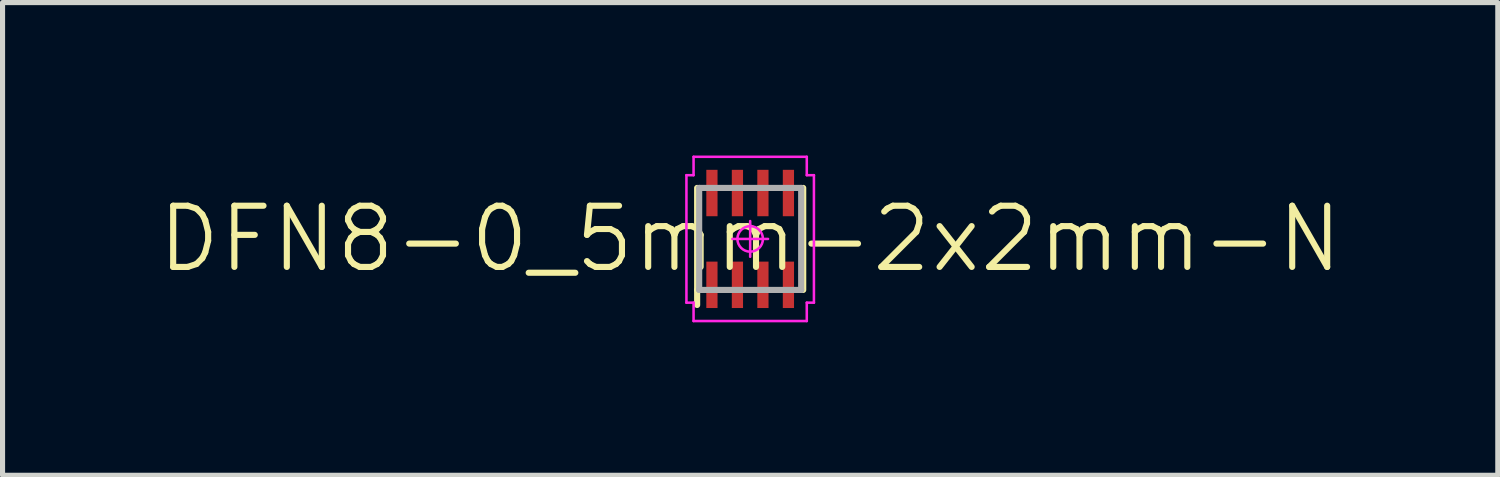
<source format=kicad_pcb>
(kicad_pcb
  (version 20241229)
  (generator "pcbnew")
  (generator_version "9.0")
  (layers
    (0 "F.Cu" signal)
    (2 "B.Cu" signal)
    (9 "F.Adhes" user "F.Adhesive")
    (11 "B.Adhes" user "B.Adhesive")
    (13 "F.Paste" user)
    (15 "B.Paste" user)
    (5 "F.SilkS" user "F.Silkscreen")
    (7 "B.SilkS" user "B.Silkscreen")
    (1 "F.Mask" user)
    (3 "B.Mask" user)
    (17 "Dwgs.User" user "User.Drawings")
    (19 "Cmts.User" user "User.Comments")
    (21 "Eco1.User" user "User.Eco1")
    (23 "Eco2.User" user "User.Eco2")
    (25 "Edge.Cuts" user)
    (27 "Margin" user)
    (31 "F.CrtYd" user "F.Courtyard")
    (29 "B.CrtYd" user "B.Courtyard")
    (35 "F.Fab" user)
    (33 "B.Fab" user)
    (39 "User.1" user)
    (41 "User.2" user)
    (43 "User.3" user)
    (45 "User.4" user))
  (footprint "DFN8-0_5mm-2x2mm-N"
    (layer "F.Cu")
    (at 11.66 1.635)
    (property "Reference" "DFN8-0_5mm-2x2mm-N" (at 0 0 0) (layer "F.SilkS") (effects (font (size 1.2 1.2) (thickness 0.12))))
    (attr smd)
    (fp_line (start -1.04 1) (end -1.04 -1) (stroke (width 0.12) (type solid)) (layer "F.SilkS"))
    (fp_line (start -1.04 1) (end -1.04 1.295) (stroke (width 0.12) (type solid)) (layer "F.SilkS"))
    (fp_line (start 1.04 1) (end 1.04 -1) (stroke (width 0.12) (type solid)) (layer "F.SilkS"))
    (fp_line (start -1.25 -1.25) (end -1.25 1.25) (stroke (width 0.05) (type solid)) (layer "F.CrtYd"))
    (fp_line (start -1.25 1.25) (end -1.11 1.25) (stroke (width 0.05) (type solid)) (layer "F.CrtYd"))
    (fp_line (start -1.11 -1.61) (end -1.11 -1.25) (stroke (width 0.05) (type solid)) (layer "F.CrtYd"))
    (fp_line (start -1.11 -1.25) (end -1.25 -1.25) (stroke (width 0.05) (type solid)) (layer "F.CrtYd"))
    (fp_line (start -1.11 1.25) (end -1.11 1.61) (stroke (width 0.05) (type solid)) (layer "F.CrtYd"))
    (fp_line (start -1.11 1.61) (end 1.11 1.61) (stroke (width 0.05) (type solid)) (layer "F.CrtYd"))
    (fp_line (start -0.35 0) (end 0.35 0) (stroke (width 0.05) (type solid)) (layer "F.CrtYd"))
    (fp_line (start 0 -0.35) (end 0 0.35) (stroke (width 0.05) (type solid)) (layer "F.CrtYd"))
    (fp_line (start 1.11 -1.61) (end -1.11 -1.61) (stroke (width 0.05) (type solid)) (layer "F.CrtYd"))
    (fp_line (start 1.11 -1.25) (end 1.11 -1.61) (stroke (width 0.05) (type solid)) (layer "F.CrtYd"))
    (fp_line (start 1.11 1.25) (end 1.25 1.25) (stroke (width 0.05) (type solid)) (layer "F.CrtYd"))
    (fp_line (start 1.11 1.61) (end 1.11 1.25) (stroke (width 0.05) (type solid)) (layer "F.CrtYd"))
    (fp_line (start 1.25 -1.25) (end 1.11 -1.25) (stroke (width 0.05) (type solid)) (layer "F.CrtYd"))
    (fp_line (start 1.25 1.25) (end 1.25 -1.25) (stroke (width 0.05) (type solid)) (layer "F.CrtYd"))
    (fp_circle (center 0 0) (end 0 0.25) (stroke (width 0.05) (type solid)) (fill no) (layer "F.CrtYd"))
    (fp_line (start -1 -1) (end 1 -1) (stroke (width 0.12) (type solid)) (layer "F.Fab"))
    (fp_line (start -1 1) (end -1 -1) (stroke (width 0.12) (type solid)) (layer "F.Fab"))
    (fp_line (start 1 -1) (end 1 1) (stroke (width 0.12) (type solid)) (layer "F.Fab"))
    (fp_line (start 1 1) (end -1 1) (stroke (width 0.12) (type solid)) (layer "F.Fab"))
    (pad "1" smd rect (at -0.75 0.9 90) (size 0.91 0.22) (layers "F.Cu" "F.Mask" "F.Paste"))
    (pad "2" smd rect (at -0.25 0.9 90) (size 0.91 0.22) (layers "F.Cu" "F.Mask" "F.Paste"))
    (pad "3" smd rect (at 0.25 0.9 90) (size 0.91 0.22) (layers "F.Cu" "F.Mask" "F.Paste"))
    (pad "4" smd rect (at 0.75 0.9 90) (size 0.91 0.22) (layers "F.Cu" "F.Mask" "F.Paste"))
    (pad "5" smd rect (at 0.75 -0.9 90) (size 0.91 0.22) (layers "F.Cu" "F.Mask" "F.Paste"))
    (pad "6" smd rect (at 0.25 -0.9 90) (size 0.91 0.22) (layers "F.Cu" "F.Mask" "F.Paste"))
    (pad "7" smd rect (at -0.25 -0.9 90) (size 0.91 0.22) (layers "F.Cu" "F.Mask" "F.Paste"))
    (pad "8" smd rect (at -0.75 -0.9 90) (size 0.91 0.22) (layers "F.Cu" "F.Mask" "F.Paste")))
  (gr_rect
    (start -3 -3)
    (end 26.32 6.27)
    (stroke (width 0.1) (type default))
    (fill no)
    (layer "Edge.Cuts")))
</source>
